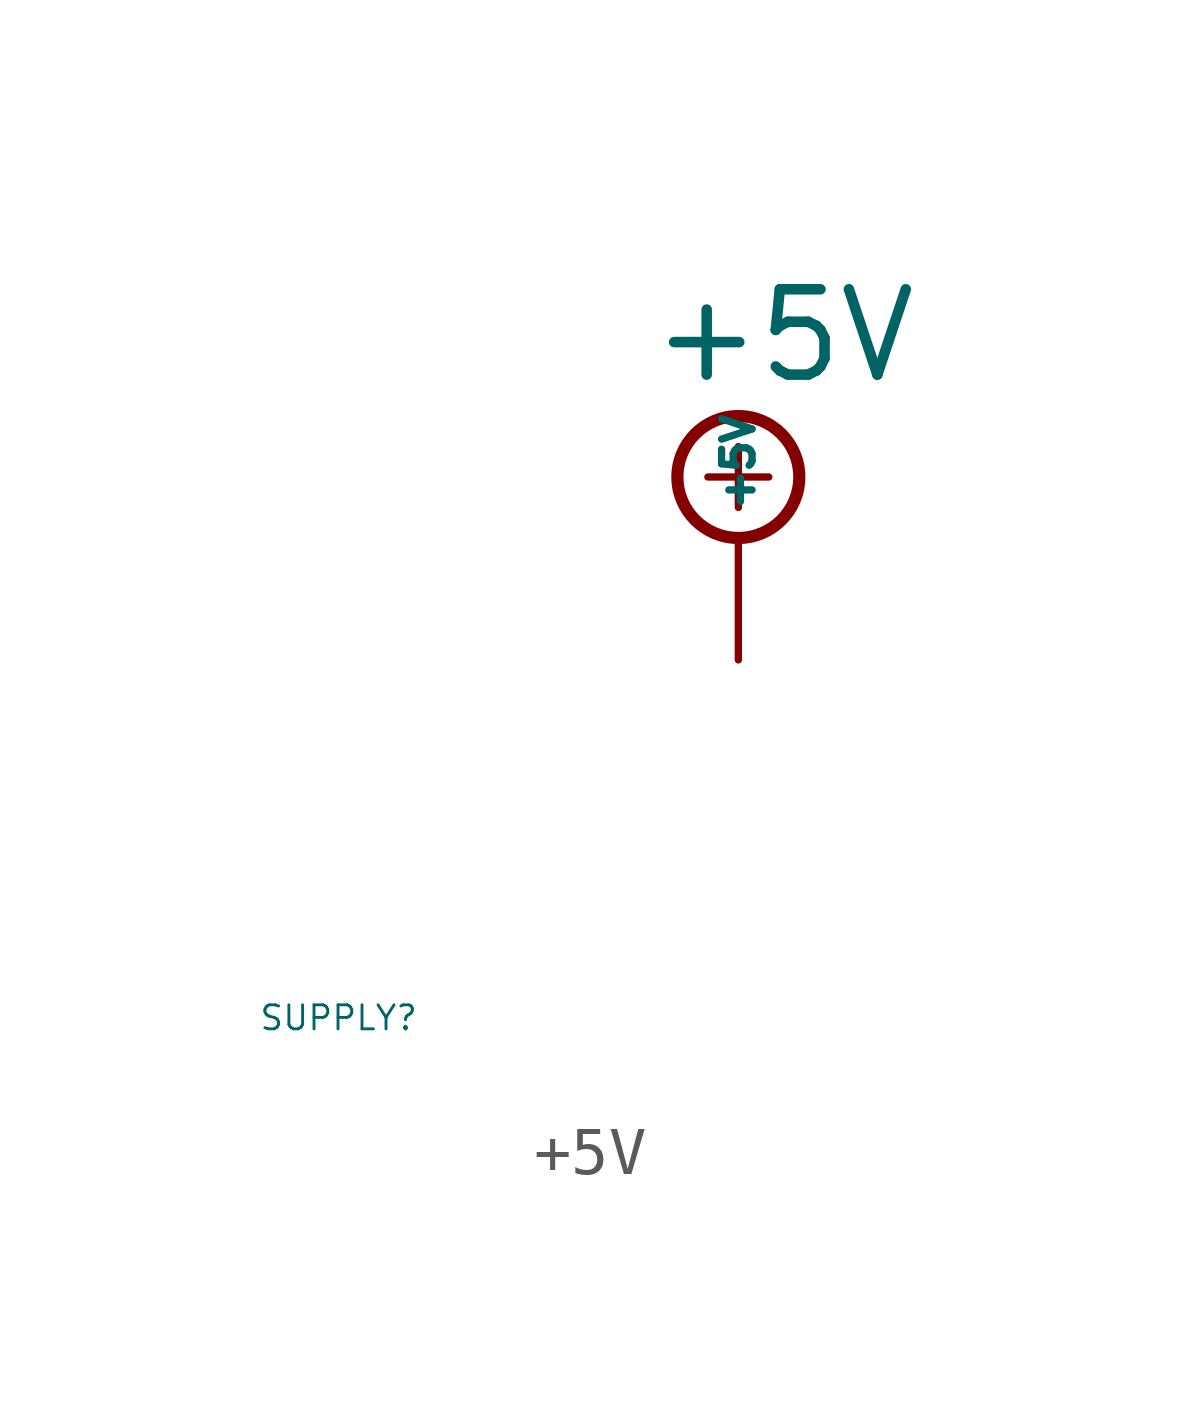
<source format=kicad_sym>
(kicad_symbol_lib
  (version 20220914)
  (generator Eagle2Kicad)
  (symbol "+5V"
    (property "Reference" "SUPPLY"
      (at -10 -10 0)
      (effects (font (size 0.5 0.5) (thickness 0.06)) (justify left)))
    (property "Value" "+5V"
      (at -1.905 3.175 0)
      (effects (font (size 1.778 1.778) (thickness 0.22)) (justify left bottom)))
    (polyline
      (pts (xy -0.635 1.27) (xy 0.635 1.27))
      (stroke (width 0.152) (type default))
      (fill (type none)))
    (polyline
      (pts (xy 0 0.635) (xy 0 1.905))
      (stroke (width 0.152) (type default))
      (fill (type none)))
    (circle
      (center 0 1.27)
      (radius 1.27)
      (stroke (width 0.254) (type default))
      (fill (type none)))
    (pin unspecified line
      (at 0 -2.54 90)
      (length 2.54)
      (name "+5V" (effects (font (size 0.635 0.635) (thickness 0.08)) (justify left bottom)))
      (number "" (effects (font (size 0.635 0.635) (thickness 0.08)) (justify left bottom))))))
</source>
